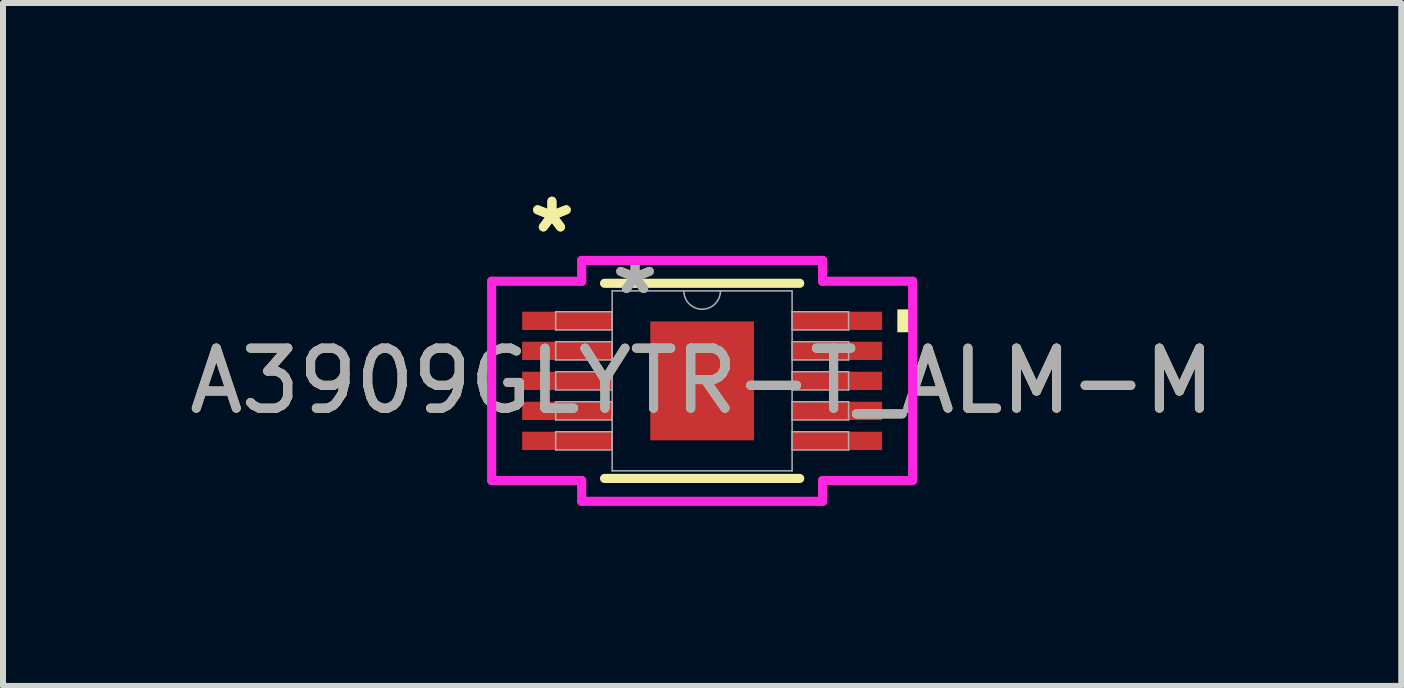
<source format=kicad_pcb>
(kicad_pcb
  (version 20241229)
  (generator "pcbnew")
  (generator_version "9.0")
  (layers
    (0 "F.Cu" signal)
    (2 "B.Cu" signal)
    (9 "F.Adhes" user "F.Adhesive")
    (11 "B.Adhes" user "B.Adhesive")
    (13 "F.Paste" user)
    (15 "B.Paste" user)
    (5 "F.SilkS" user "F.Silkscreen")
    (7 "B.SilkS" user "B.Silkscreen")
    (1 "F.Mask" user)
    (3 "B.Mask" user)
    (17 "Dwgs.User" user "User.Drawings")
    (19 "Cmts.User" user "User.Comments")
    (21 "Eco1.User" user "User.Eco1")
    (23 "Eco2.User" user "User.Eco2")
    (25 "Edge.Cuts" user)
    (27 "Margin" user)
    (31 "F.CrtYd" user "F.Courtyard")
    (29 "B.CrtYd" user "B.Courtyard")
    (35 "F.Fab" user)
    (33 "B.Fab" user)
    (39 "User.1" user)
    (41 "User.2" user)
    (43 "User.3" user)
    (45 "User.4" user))
  (footprint "A3909GLYTR-T_ALM-M"
    (layer "F.Cu")
    (at 8.649 3.296)
    (property "Reference" "A3909GLYTR-T_ALM-M" (at 0 0 0) (unlocked yes) (layer "F.SilkS") (effects (font (size 1 1) (thickness 0.15))))
    (attr smd)
    (fp_line (start -1.626 1.626) (end 1.626 1.626) (stroke (width 0.152) (type solid)) (layer "F.SilkS"))
    (fp_line (start 1.626 -1.626) (end -1.626 -1.626) (stroke (width 0.152) (type solid)) (layer "F.SilkS"))
    (fp_poly (pts (xy 3.507 -1.191) (xy 3.507 -0.81) (xy 3.253 -0.81) (xy 3.253 -1.191)) (stroke (width 0) (type solid)) (fill yes) (layer "F.SilkS"))
    (fp_line (start -3.507 -1.66) (end -2.007 -1.66) (stroke (width 0.152) (type solid)) (layer "F.CrtYd"))
    (fp_line (start -3.507 1.66) (end -3.507 -1.66) (stroke (width 0.152) (type solid)) (layer "F.CrtYd"))
    (fp_line (start -3.507 1.66) (end -2.007 1.66) (stroke (width 0.152) (type solid)) (layer "F.CrtYd"))
    (fp_line (start -2.007 -2.007) (end 2.007 -2.007) (stroke (width 0.152) (type solid)) (layer "F.CrtYd"))
    (fp_line (start -2.007 -1.66) (end -2.007 -2.007) (stroke (width 0.152) (type solid)) (layer "F.CrtYd"))
    (fp_line (start -2.007 2.007) (end -2.007 1.66) (stroke (width 0.152) (type solid)) (layer "F.CrtYd"))
    (fp_line (start 2.007 -2.007) (end 2.007 -1.66) (stroke (width 0.152) (type solid)) (layer "F.CrtYd"))
    (fp_line (start 2.007 1.66) (end 2.007 2.007) (stroke (width 0.152) (type solid)) (layer "F.CrtYd"))
    (fp_line (start 2.007 2.007) (end -2.007 2.007) (stroke (width 0.152) (type solid)) (layer "F.CrtYd"))
    (fp_line (start 3.507 -1.66) (end 2.007 -1.66) (stroke (width 0.152) (type solid)) (layer "F.CrtYd"))
    (fp_line (start 3.507 -1.66) (end 3.507 1.66) (stroke (width 0.152) (type solid)) (layer "F.CrtYd"))
    (fp_line (start 3.507 1.66) (end 2.007 1.66) (stroke (width 0.152) (type solid)) (layer "F.CrtYd"))
    (fp_line (start -2.44 -1.152) (end -2.44 -0.848) (stroke (width 0.025) (type solid)) (layer "F.Fab"))
    (fp_line (start -2.44 -0.848) (end -1.499 -0.848) (stroke (width 0.025) (type solid)) (layer "F.Fab"))
    (fp_line (start -2.44 -0.652) (end -2.44 -0.348) (stroke (width 0.025) (type solid)) (layer "F.Fab"))
    (fp_line (start -2.44 -0.348) (end -1.499 -0.348) (stroke (width 0.025) (type solid)) (layer "F.Fab"))
    (fp_line (start -2.44 -0.152) (end -2.44 0.152) (stroke (width 0.025) (type solid)) (layer "F.Fab"))
    (fp_line (start -2.44 0.152) (end -1.499 0.152) (stroke (width 0.025) (type solid)) (layer "F.Fab"))
    (fp_line (start -2.44 0.348) (end -2.44 0.652) (stroke (width 0.025) (type solid)) (layer "F.Fab"))
    (fp_line (start -2.44 0.652) (end -1.499 0.652) (stroke (width 0.025) (type solid)) (layer "F.Fab"))
    (fp_line (start -2.44 0.848) (end -2.44 1.152) (stroke (width 0.025) (type solid)) (layer "F.Fab"))
    (fp_line (start -2.44 1.152) (end -1.499 1.152) (stroke (width 0.025) (type solid)) (layer "F.Fab"))
    (fp_line (start -1.499 -1.499) (end -1.499 1.499) (stroke (width 0.025) (type solid)) (layer "F.Fab"))
    (fp_line (start -1.499 -1.152) (end -2.44 -1.152) (stroke (width 0.025) (type solid)) (layer "F.Fab"))
    (fp_line (start -1.499 -0.848) (end -1.499 -1.152) (stroke (width 0.025) (type solid)) (layer "F.Fab"))
    (fp_line (start -1.499 -0.652) (end -2.44 -0.652) (stroke (width 0.025) (type solid)) (layer "F.Fab"))
    (fp_line (start -1.499 -0.348) (end -1.499 -0.652) (stroke (width 0.025) (type solid)) (layer "F.Fab"))
    (fp_line (start -1.499 -0.152) (end -2.44 -0.152) (stroke (width 0.025) (type solid)) (layer "F.Fab"))
    (fp_line (start -1.499 0.152) (end -1.499 -0.152) (stroke (width 0.025) (type solid)) (layer "F.Fab"))
    (fp_line (start -1.499 0.348) (end -2.44 0.348) (stroke (width 0.025) (type solid)) (layer "F.Fab"))
    (fp_line (start -1.499 0.652) (end -1.499 0.348) (stroke (width 0.025) (type solid)) (layer "F.Fab"))
    (fp_line (start -1.499 0.848) (end -2.44 0.848) (stroke (width 0.025) (type solid)) (layer "F.Fab"))
    (fp_line (start -1.499 1.152) (end -1.499 0.848) (stroke (width 0.025) (type solid)) (layer "F.Fab"))
    (fp_line (start -1.499 1.499) (end 1.499 1.499) (stroke (width 0.025) (type solid)) (layer "F.Fab"))
    (fp_line (start 1.499 -1.499) (end -1.499 -1.499) (stroke (width 0.025) (type solid)) (layer "F.Fab"))
    (fp_line (start 1.499 -1.152) (end 1.499 -0.848) (stroke (width 0.025) (type solid)) (layer "F.Fab"))
    (fp_line (start 1.499 -0.848) (end 2.44 -0.848) (stroke (width 0.025) (type solid)) (layer "F.Fab"))
    (fp_line (start 1.499 -0.652) (end 1.499 -0.348) (stroke (width 0.025) (type solid)) (layer "F.Fab"))
    (fp_line (start 1.499 -0.348) (end 2.44 -0.348) (stroke (width 0.025) (type solid)) (layer "F.Fab"))
    (fp_line (start 1.499 -0.152) (end 1.499 0.152) (stroke (width 0.025) (type solid)) (layer "F.Fab"))
    (fp_line (start 1.499 0.152) (end 2.44 0.152) (stroke (width 0.025) (type solid)) (layer "F.Fab"))
    (fp_line (start 1.499 0.348) (end 1.499 0.652) (stroke (width 0.025) (type solid)) (layer "F.Fab"))
    (fp_line (start 1.499 0.652) (end 2.44 0.652) (stroke (width 0.025) (type solid)) (layer "F.Fab"))
    (fp_line (start 1.499 0.848) (end 1.499 1.152) (stroke (width 0.025) (type solid)) (layer "F.Fab"))
    (fp_line (start 1.499 1.152) (end 2.44 1.152) (stroke (width 0.025) (type solid)) (layer "F.Fab"))
    (fp_line (start 1.499 1.499) (end 1.499 -1.499) (stroke (width 0.025) (type solid)) (layer "F.Fab"))
    (fp_line (start 2.44 -1.152) (end 1.499 -1.152) (stroke (width 0.025) (type solid)) (layer "F.Fab"))
    (fp_line (start 2.44 -0.848) (end 2.44 -1.152) (stroke (width 0.025) (type solid)) (layer "F.Fab"))
    (fp_line (start 2.44 -0.652) (end 1.499 -0.652) (stroke (width 0.025) (type solid)) (layer "F.Fab"))
    (fp_line (start 2.44 -0.348) (end 2.44 -0.652) (stroke (width 0.025) (type solid)) (layer "F.Fab"))
    (fp_line (start 2.44 -0.152) (end 1.499 -0.152) (stroke (width 0.025) (type solid)) (layer "F.Fab"))
    (fp_line (start 2.44 0.152) (end 2.44 -0.152) (stroke (width 0.025) (type solid)) (layer "F.Fab"))
    (fp_line (start 2.44 0.348) (end 1.499 0.348) (stroke (width 0.025) (type solid)) (layer "F.Fab"))
    (fp_line (start 2.44 0.652) (end 2.44 0.348) (stroke (width 0.025) (type solid)) (layer "F.Fab"))
    (fp_line (start 2.44 0.848) (end 1.499 0.848) (stroke (width 0.025) (type solid)) (layer "F.Fab"))
    (fp_line (start 2.44 1.152) (end 2.44 0.848) (stroke (width 0.025) (type solid)) (layer "F.Fab"))
    (fp_arc (start 0.3048 -1.4986) (mid 0 -1.1938) (end -0.3048 -1.4986) (stroke (width 0.0254) (type solid)) (layer "F.Fab"))
    (fp_text user "*" (at -2.503 -2.448 0) (unlocked yes) (layer "F.SilkS") (effects (font (size 1 1) (thickness 0.15))))
    (fp_text user "*" (at -2.503 -2.448 0) (layer "F.SilkS") (effects (font (size 1 1) (thickness 0.15))))
    (fp_text user "*" (at -1.118 -1.422 0) (layer "F.Fab") (effects (font (size 1 1) (thickness 0.15))))
    (fp_text user "*" (at -1.118 -1.422 0) (unlocked yes) (layer "F.Fab") (effects (font (size 1 1) (thickness 0.15))))
    (fp_text user "${REFERENCE}" (at 0 0 0) (unlocked yes) (layer "F.Fab") (effects (font (size 1 1) (thickness 0.15))))
    (pad "1" smd rect (at -2.249 -1) (size 1.5 0.305) (layers "F.Cu" "F.Mask" "F.Paste"))
    (pad "2" smd rect (at -2.249 -0.5) (size 1.5 0.305) (layers "F.Cu" "F.Mask" "F.Paste"))
    (pad "3" smd rect (at -2.249 0) (size 1.5 0.305) (layers "F.Cu" "F.Mask" "F.Paste"))
    (pad "4" smd rect (at -2.249 0.5) (size 1.5 0.305) (layers "F.Cu" "F.Mask" "F.Paste"))
    (pad "5" smd rect (at -2.249 1) (size 1.5 0.305) (layers "F.Cu" "F.Mask" "F.Paste"))
    (pad "6" smd rect (at 2.249 1) (size 1.5 0.305) (layers "F.Cu" "F.Mask" "F.Paste"))
    (pad "7" smd rect (at 2.249 0.5) (size 1.5 0.305) (layers "F.Cu" "F.Mask" "F.Paste"))
    (pad "8" smd rect (at 2.249 0) (size 1.5 0.305) (layers "F.Cu" "F.Mask" "F.Paste"))
    (pad "9" smd rect (at 2.249 -0.5) (size 1.5 0.305) (layers "F.Cu" "F.Mask" "F.Paste"))
    (pad "10" smd rect (at 2.249 -1) (size 1.5 0.305) (layers "F.Cu" "F.Mask" "F.Paste"))
    (pad "EPAD" smd rect (at 0 0) (size 1.727 1.981) (layers "F.Cu" "F.Mask" "F.Paste")))
  (gr_rect
    (start -3 -3)
    (end 20.298 8.379)
    (stroke (width 0.1) (type default))
    (fill no)
    (layer "Edge.Cuts")))
</source>
